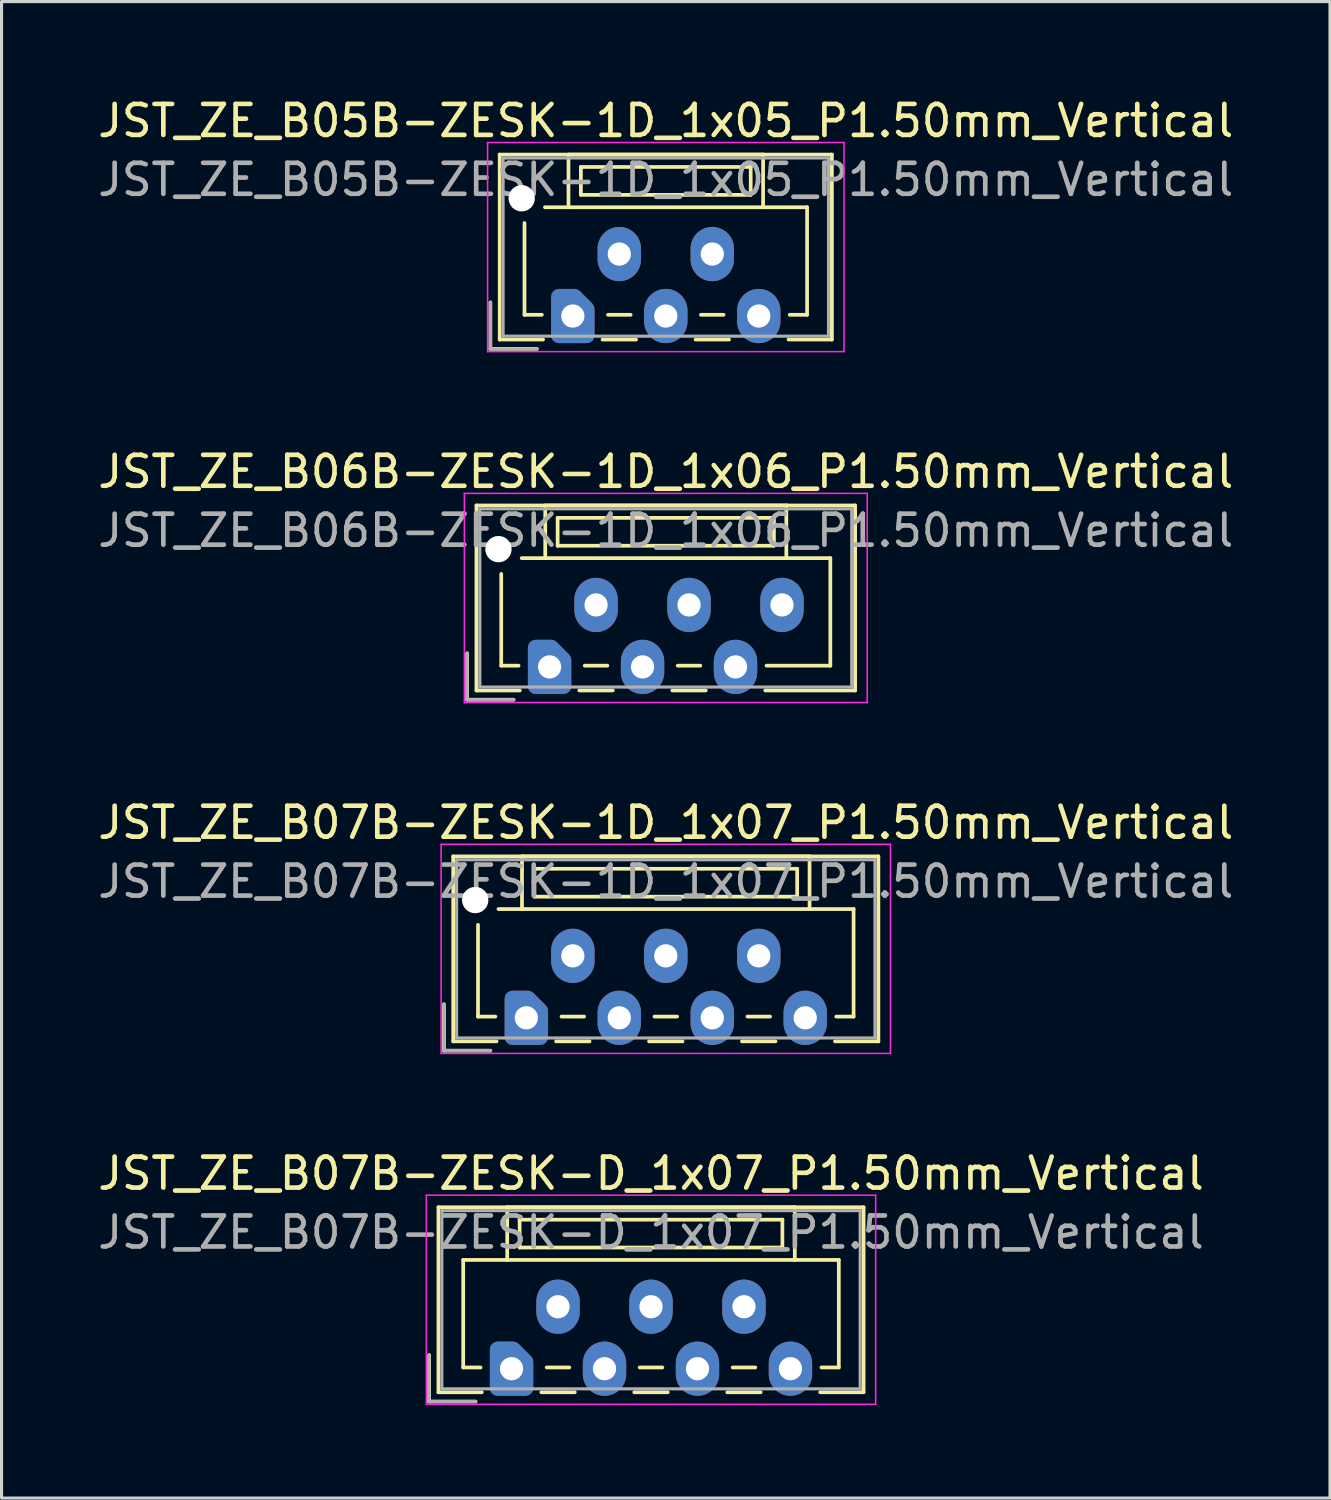
<source format=kicad_pcb>
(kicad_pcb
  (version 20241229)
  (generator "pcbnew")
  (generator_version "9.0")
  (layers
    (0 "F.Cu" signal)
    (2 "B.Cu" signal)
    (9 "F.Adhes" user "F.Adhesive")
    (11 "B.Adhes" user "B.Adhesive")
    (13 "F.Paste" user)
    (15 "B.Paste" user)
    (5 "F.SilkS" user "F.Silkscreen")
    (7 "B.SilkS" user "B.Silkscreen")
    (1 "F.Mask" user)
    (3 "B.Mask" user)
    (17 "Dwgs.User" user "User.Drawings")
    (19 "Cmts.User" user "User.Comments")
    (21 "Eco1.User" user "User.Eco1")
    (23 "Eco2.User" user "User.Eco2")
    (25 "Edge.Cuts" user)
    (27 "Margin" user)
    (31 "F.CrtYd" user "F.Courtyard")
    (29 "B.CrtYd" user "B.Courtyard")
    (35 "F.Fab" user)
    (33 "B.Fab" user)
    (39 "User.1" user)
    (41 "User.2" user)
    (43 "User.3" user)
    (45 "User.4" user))
  (footprint "JST_ZE_B07B-ZESK-1D_1x07_P1.50mm_Vertical"
    (layer "F.Cu")
    (at 13.935 29.795)
    (property "Reference" "JST_ZE_B07B-ZESK-1D_1x07_P1.50mm_Vertical" (at 4.5 -6.3 0) (layer "F.SilkS") (effects (font (size 1 1) (thickness 0.15))))
    (attr through_hole)
    (fp_line (start -2.66 -0.44) (end -2.66 1.06) (stroke (width 0.12) (type solid)) (layer "F.SilkS"))
    (fp_line (start -2.66 1.06) (end -1.16 1.06) (stroke (width 0.12) (type solid)) (layer "F.SilkS"))
    (fp_line (start -2.36 -5.21) (end 11.36 -5.21) (stroke (width 0.12) (type solid)) (layer "F.SilkS"))
    (fp_line (start -2.36 0.76) (end -2.36 -5.21) (stroke (width 0.12) (type solid)) (layer "F.SilkS"))
    (fp_line (start -1.56 -3) (end -1.56 -0.04) (stroke (width 0.12) (type solid)) (layer "F.SilkS"))
    (fp_line (start -1.56 -0.04) (end -1 -0.04) (stroke (width 0.12) (type solid)) (layer "F.SilkS"))
    (fp_line (start -0.96 0.76) (end -2.36 0.76) (stroke (width 0.12) (type solid)) (layer "F.SilkS"))
    (fp_line (start -0.14 -5.21) (end -0.14 -3.51) (stroke (width 0.12) (type solid)) (layer "F.SilkS"))
    (fp_line (start -0.14 -3.51) (end -0.9 -3.51) (stroke (width 0.12) (type solid)) (layer "F.SilkS"))
    (fp_line (start -0.14 -3.51) (end 9.14 -3.51) (stroke (width 0.12) (type solid)) (layer "F.SilkS"))
    (fp_line (start 0.26 -4.81) (end 0.26 -3.91) (stroke (width 0.12) (type solid)) (layer "F.SilkS"))
    (fp_line (start 0.26 -3.91) (end 8.74 -3.91) (stroke (width 0.12) (type solid)) (layer "F.SilkS"))
    (fp_line (start 0.96 0.76) (end 2.04 0.76) (stroke (width 0.12) (type solid)) (layer "F.SilkS"))
    (fp_line (start 1.135 -0.04) (end 1.865 -0.04) (stroke (width 0.12) (type solid)) (layer "F.SilkS"))
    (fp_line (start 3.96 0.76) (end 5.04 0.76) (stroke (width 0.12) (type solid)) (layer "F.SilkS"))
    (fp_line (start 4.135 -0.04) (end 4.865 -0.04) (stroke (width 0.12) (type solid)) (layer "F.SilkS"))
    (fp_line (start 6.96 0.76) (end 8.04 0.76) (stroke (width 0.12) (type solid)) (layer "F.SilkS"))
    (fp_line (start 7.135 -0.04) (end 7.865 -0.04) (stroke (width 0.12) (type solid)) (layer "F.SilkS"))
    (fp_line (start 8.74 -4.81) (end 0.26 -4.81) (stroke (width 0.12) (type solid)) (layer "F.SilkS"))
    (fp_line (start 8.74 -3.91) (end 8.74 -4.81) (stroke (width 0.12) (type solid)) (layer "F.SilkS"))
    (fp_line (start 9.14 -5.21) (end -0.14 -5.21) (stroke (width 0.12) (type solid)) (layer "F.SilkS"))
    (fp_line (start 9.14 -3.51) (end 9.14 -5.21) (stroke (width 0.12) (type solid)) (layer "F.SilkS"))
    (fp_line (start 9.14 -3.51) (end 10.56 -3.51) (stroke (width 0.12) (type solid)) (layer "F.SilkS"))
    (fp_line (start 10.56 -3.51) (end 10.56 -0.04) (stroke (width 0.12) (type solid)) (layer "F.SilkS"))
    (fp_line (start 10.56 -0.04) (end 10 -0.04) (stroke (width 0.12) (type solid)) (layer "F.SilkS"))
    (fp_line (start 11.36 -5.21) (end 11.36 0.76) (stroke (width 0.12) (type solid)) (layer "F.SilkS"))
    (fp_line (start 11.36 0.76) (end 9.96 0.76) (stroke (width 0.12) (type solid)) (layer "F.SilkS"))
    (fp_line (start -2.75 -5.6) (end -2.75 1.15) (stroke (width 0.05) (type solid)) (layer "F.CrtYd"))
    (fp_line (start -2.75 1.15) (end 11.75 1.15) (stroke (width 0.05) (type solid)) (layer "F.CrtYd"))
    (fp_line (start 11.75 -5.6) (end -2.75 -5.6) (stroke (width 0.05) (type solid)) (layer "F.CrtYd"))
    (fp_line (start 11.75 1.15) (end 11.75 -5.6) (stroke (width 0.05) (type solid)) (layer "F.CrtYd"))
    (fp_line (start -2.66 -0.44) (end -2.66 1.06) (stroke (width 0.1) (type solid)) (layer "F.Fab"))
    (fp_line (start -2.66 1.06) (end -1.16 1.06) (stroke (width 0.1) (type solid)) (layer "F.Fab"))
    (fp_line (start -2.25 -5.1) (end -2.25 0.65) (stroke (width 0.1) (type solid)) (layer "F.Fab"))
    (fp_line (start -2.25 0.65) (end 11.25 0.65) (stroke (width 0.1) (type solid)) (layer "F.Fab"))
    (fp_line (start 11.25 -5.1) (end -2.25 -5.1) (stroke (width 0.1) (type solid)) (layer "F.Fab"))
    (fp_line (start 11.25 0.65) (end 11.25 -5.1) (stroke (width 0.1) (type solid)) (layer "F.Fab"))
    (fp_text user "${REFERENCE}" (at 4.5 -4.4 0) (layer "F.Fab") (effects (font (size 1 1) (thickness 0.15))))
    (pad "" np_thru_hole circle (at -1.65 -3.8) (size 0.85 0.85) (drill 0.85) (layers "*.Cu" "*.Mask"))
    (pad "1" thru_hole custom (at 0 0) (size 1.117 1.117) (drill 0.75) (layers "*.Cu" "*.Mask") (options (anchor circle)) (primitives (gr_poly (pts (xy 0.45 -0.225) (xy 0.45 0.625) (xy -0.45 0.625) (xy -0.45 -0.625) (xy 0.05 -0.625)) (width 0.5) (fill yes))))
    (pad "2" thru_hole oval (at 1.5 -2) (size 1.4 1.75) (drill 0.75) (layers "*.Cu" "*.Mask"))
    (pad "3" thru_hole oval (at 3 0) (size 1.4 1.75) (drill 0.75) (layers "*.Cu" "*.Mask"))
    (pad "4" thru_hole oval (at 4.5 -2) (size 1.4 1.75) (drill 0.75) (layers "*.Cu" "*.Mask"))
    (pad "5" thru_hole oval (at 6 0) (size 1.4 1.75) (drill 0.75) (layers "*.Cu" "*.Mask"))
    (pad "6" thru_hole oval (at 7.5 -2) (size 1.4 1.75) (drill 0.75) (layers "*.Cu" "*.Mask"))
    (pad "7" thru_hole oval (at 9 0) (size 1.4 1.75) (drill 0.75) (layers "*.Cu" "*.Mask")))
  (footprint "JST_ZE_B07B-ZESK-D_1x07_P1.50mm_Vertical"
    (layer "F.Cu")
    (at 13.458 41.118)
    (property "Reference" "JST_ZE_B07B-ZESK-D_1x07_P1.50mm_Vertical" (at 4.5 -6.3 0) (layer "F.SilkS") (effects (font (size 1 1) (thickness 0.15))))
    (attr through_hole)
    (fp_line (start -2.66 -0.44) (end -2.66 1.06) (stroke (width 0.12) (type solid)) (layer "F.SilkS"))
    (fp_line (start -2.66 1.06) (end -1.16 1.06) (stroke (width 0.12) (type solid)) (layer "F.SilkS"))
    (fp_line (start -2.36 -5.21) (end 11.36 -5.21) (stroke (width 0.12) (type solid)) (layer "F.SilkS"))
    (fp_line (start -2.36 0.76) (end -2.36 -5.21) (stroke (width 0.12) (type solid)) (layer "F.SilkS"))
    (fp_line (start -1.56 -3.51) (end -1.56 -0.04) (stroke (width 0.12) (type solid)) (layer "F.SilkS"))
    (fp_line (start -1.56 -0.04) (end -1 -0.04) (stroke (width 0.12) (type solid)) (layer "F.SilkS"))
    (fp_line (start -0.96 0.76) (end -2.36 0.76) (stroke (width 0.12) (type solid)) (layer "F.SilkS"))
    (fp_line (start -0.14 -5.21) (end -0.14 -3.51) (stroke (width 0.12) (type solid)) (layer "F.SilkS"))
    (fp_line (start -0.14 -3.51) (end -1.56 -3.51) (stroke (width 0.12) (type solid)) (layer "F.SilkS"))
    (fp_line (start -0.14 -3.51) (end 9.14 -3.51) (stroke (width 0.12) (type solid)) (layer "F.SilkS"))
    (fp_line (start 0.26 -4.81) (end 0.26 -3.91) (stroke (width 0.12) (type solid)) (layer "F.SilkS"))
    (fp_line (start 0.26 -3.91) (end 8.74 -3.91) (stroke (width 0.12) (type solid)) (layer "F.SilkS"))
    (fp_line (start 0.96 0.76) (end 2.04 0.76) (stroke (width 0.12) (type solid)) (layer "F.SilkS"))
    (fp_line (start 1.135 -0.04) (end 1.865 -0.04) (stroke (width 0.12) (type solid)) (layer "F.SilkS"))
    (fp_line (start 3.96 0.76) (end 5.04 0.76) (stroke (width 0.12) (type solid)) (layer "F.SilkS"))
    (fp_line (start 4.135 -0.04) (end 4.865 -0.04) (stroke (width 0.12) (type solid)) (layer "F.SilkS"))
    (fp_line (start 6.96 0.76) (end 8.04 0.76) (stroke (width 0.12) (type solid)) (layer "F.SilkS"))
    (fp_line (start 7.135 -0.04) (end 7.865 -0.04) (stroke (width 0.12) (type solid)) (layer "F.SilkS"))
    (fp_line (start 8.74 -4.81) (end 0.26 -4.81) (stroke (width 0.12) (type solid)) (layer "F.SilkS"))
    (fp_line (start 8.74 -3.91) (end 8.74 -4.81) (stroke (width 0.12) (type solid)) (layer "F.SilkS"))
    (fp_line (start 9.14 -5.21) (end -0.14 -5.21) (stroke (width 0.12) (type solid)) (layer "F.SilkS"))
    (fp_line (start 9.14 -3.51) (end 9.14 -5.21) (stroke (width 0.12) (type solid)) (layer "F.SilkS"))
    (fp_line (start 9.14 -3.51) (end 10.56 -3.51) (stroke (width 0.12) (type solid)) (layer "F.SilkS"))
    (fp_line (start 10.56 -3.51) (end 10.56 -0.04) (stroke (width 0.12) (type solid)) (layer "F.SilkS"))
    (fp_line (start 10.56 -0.04) (end 10 -0.04) (stroke (width 0.12) (type solid)) (layer "F.SilkS"))
    (fp_line (start 11.36 -5.21) (end 11.36 0.76) (stroke (width 0.12) (type solid)) (layer "F.SilkS"))
    (fp_line (start 11.36 0.76) (end 9.96 0.76) (stroke (width 0.12) (type solid)) (layer "F.SilkS"))
    (fp_line (start -2.75 -5.6) (end -2.75 1.15) (stroke (width 0.05) (type solid)) (layer "F.CrtYd"))
    (fp_line (start -2.75 1.15) (end 11.75 1.15) (stroke (width 0.05) (type solid)) (layer "F.CrtYd"))
    (fp_line (start 11.75 -5.6) (end -2.75 -5.6) (stroke (width 0.05) (type solid)) (layer "F.CrtYd"))
    (fp_line (start 11.75 1.15) (end 11.75 -5.6) (stroke (width 0.05) (type solid)) (layer "F.CrtYd"))
    (fp_line (start -2.66 -0.44) (end -2.66 1.06) (stroke (width 0.1) (type solid)) (layer "F.Fab"))
    (fp_line (start -2.66 1.06) (end -1.16 1.06) (stroke (width 0.1) (type solid)) (layer "F.Fab"))
    (fp_line (start -2.25 -5.1) (end -2.25 0.65) (stroke (width 0.1) (type solid)) (layer "F.Fab"))
    (fp_line (start -2.25 0.65) (end 11.25 0.65) (stroke (width 0.1) (type solid)) (layer "F.Fab"))
    (fp_line (start 11.25 -5.1) (end -2.25 -5.1) (stroke (width 0.1) (type solid)) (layer "F.Fab"))
    (fp_line (start 11.25 0.65) (end 11.25 -5.1) (stroke (width 0.1) (type solid)) (layer "F.Fab"))
    (fp_text user "${REFERENCE}" (at 4.5 -4.4 0) (layer "F.Fab") (effects (font (size 1 1) (thickness 0.15))))
    (pad "1" thru_hole custom (at 0 0) (size 1.117 1.117) (drill 0.75) (layers "*.Cu" "*.Mask") (options (anchor circle)) (primitives (gr_poly (pts (xy 0.45 -0.225) (xy 0.45 0.625) (xy -0.45 0.625) (xy -0.45 -0.625) (xy 0.05 -0.625)) (width 0.5) (fill yes))))
    (pad "2" thru_hole oval (at 1.5 -2) (size 1.4 1.75) (drill 0.75) (layers "*.Cu" "*.Mask"))
    (pad "3" thru_hole oval (at 3 0) (size 1.4 1.75) (drill 0.75) (layers "*.Cu" "*.Mask"))
    (pad "4" thru_hole oval (at 4.5 -2) (size 1.4 1.75) (drill 0.75) (layers "*.Cu" "*.Mask"))
    (pad "5" thru_hole oval (at 6 0) (size 1.4 1.75) (drill 0.75) (layers "*.Cu" "*.Mask"))
    (pad "6" thru_hole oval (at 7.5 -2) (size 1.4 1.75) (drill 0.75) (layers "*.Cu" "*.Mask"))
    (pad "7" thru_hole oval (at 9 0) (size 1.4 1.75) (drill 0.75) (layers "*.Cu" "*.Mask")))
  (footprint "JST_ZE_B05B-ZESK-1D_1x05_P1.50mm_Vertical"
    (layer "F.Cu")
    (at 15.435 7.148)
    (property "Reference" "JST_ZE_B05B-ZESK-1D_1x05_P1.50mm_Vertical" (at 3 -6.3 0) (layer "F.SilkS") (effects (font (size 1 1) (thickness 0.15))))
    (attr through_hole)
    (fp_line (start -2.66 -0.44) (end -2.66 1.06) (stroke (width 0.12) (type solid)) (layer "F.SilkS"))
    (fp_line (start -2.66 1.06) (end -1.16 1.06) (stroke (width 0.12) (type solid)) (layer "F.SilkS"))
    (fp_line (start -2.36 -5.21) (end 8.36 -5.21) (stroke (width 0.12) (type solid)) (layer "F.SilkS"))
    (fp_line (start -2.36 0.76) (end -2.36 -5.21) (stroke (width 0.12) (type solid)) (layer "F.SilkS"))
    (fp_line (start -1.56 -3) (end -1.56 -0.04) (stroke (width 0.12) (type solid)) (layer "F.SilkS"))
    (fp_line (start -1.56 -0.04) (end -1 -0.04) (stroke (width 0.12) (type solid)) (layer "F.SilkS"))
    (fp_line (start -0.96 0.76) (end -2.36 0.76) (stroke (width 0.12) (type solid)) (layer "F.SilkS"))
    (fp_line (start -0.14 -5.21) (end -0.14 -3.51) (stroke (width 0.12) (type solid)) (layer "F.SilkS"))
    (fp_line (start -0.14 -3.51) (end -0.9 -3.51) (stroke (width 0.12) (type solid)) (layer "F.SilkS"))
    (fp_line (start -0.14 -3.51) (end 6.14 -3.51) (stroke (width 0.12) (type solid)) (layer "F.SilkS"))
    (fp_line (start 0.26 -4.81) (end 0.26 -3.91) (stroke (width 0.12) (type solid)) (layer "F.SilkS"))
    (fp_line (start 0.26 -3.91) (end 5.74 -3.91) (stroke (width 0.12) (type solid)) (layer "F.SilkS"))
    (fp_line (start 0.96 0.76) (end 2.04 0.76) (stroke (width 0.12) (type solid)) (layer "F.SilkS"))
    (fp_line (start 1.135 -0.04) (end 1.865 -0.04) (stroke (width 0.12) (type solid)) (layer "F.SilkS"))
    (fp_line (start 3.96 0.76) (end 5.04 0.76) (stroke (width 0.12) (type solid)) (layer "F.SilkS"))
    (fp_line (start 4.135 -0.04) (end 4.865 -0.04) (stroke (width 0.12) (type solid)) (layer "F.SilkS"))
    (fp_line (start 5.74 -4.81) (end 0.26 -4.81) (stroke (width 0.12) (type solid)) (layer "F.SilkS"))
    (fp_line (start 5.74 -3.91) (end 5.74 -4.81) (stroke (width 0.12) (type solid)) (layer "F.SilkS"))
    (fp_line (start 6.14 -5.21) (end -0.14 -5.21) (stroke (width 0.12) (type solid)) (layer "F.SilkS"))
    (fp_line (start 6.14 -3.51) (end 6.14 -5.21) (stroke (width 0.12) (type solid)) (layer "F.SilkS"))
    (fp_line (start 6.14 -3.51) (end 7.56 -3.51) (stroke (width 0.12) (type solid)) (layer "F.SilkS"))
    (fp_line (start 7.56 -3.51) (end 7.56 -0.04) (stroke (width 0.12) (type solid)) (layer "F.SilkS"))
    (fp_line (start 7.56 -0.04) (end 7 -0.04) (stroke (width 0.12) (type solid)) (layer "F.SilkS"))
    (fp_line (start 8.36 -5.21) (end 8.36 0.76) (stroke (width 0.12) (type solid)) (layer "F.SilkS"))
    (fp_line (start 8.36 0.76) (end 6.96 0.76) (stroke (width 0.12) (type solid)) (layer "F.SilkS"))
    (fp_line (start -2.75 -5.6) (end -2.75 1.15) (stroke (width 0.05) (type solid)) (layer "F.CrtYd"))
    (fp_line (start -2.75 1.15) (end 8.75 1.15) (stroke (width 0.05) (type solid)) (layer "F.CrtYd"))
    (fp_line (start 8.75 -5.6) (end -2.75 -5.6) (stroke (width 0.05) (type solid)) (layer "F.CrtYd"))
    (fp_line (start 8.75 1.15) (end 8.75 -5.6) (stroke (width 0.05) (type solid)) (layer "F.CrtYd"))
    (fp_line (start -2.66 -0.44) (end -2.66 1.06) (stroke (width 0.1) (type solid)) (layer "F.Fab"))
    (fp_line (start -2.66 1.06) (end -1.16 1.06) (stroke (width 0.1) (type solid)) (layer "F.Fab"))
    (fp_line (start -2.25 -5.1) (end -2.25 0.65) (stroke (width 0.1) (type solid)) (layer "F.Fab"))
    (fp_line (start -2.25 0.65) (end 8.25 0.65) (stroke (width 0.1) (type solid)) (layer "F.Fab"))
    (fp_line (start 8.25 -5.1) (end -2.25 -5.1) (stroke (width 0.1) (type solid)) (layer "F.Fab"))
    (fp_line (start 8.25 0.65) (end 8.25 -5.1) (stroke (width 0.1) (type solid)) (layer "F.Fab"))
    (fp_text user "${REFERENCE}" (at 3 -4.4 0) (layer "F.Fab") (effects (font (size 1 1) (thickness 0.15))))
    (pad "" np_thru_hole circle (at -1.65 -3.8) (size 0.85 0.85) (drill 0.85) (layers "*.Cu" "*.Mask"))
    (pad "1" thru_hole custom (at 0 0) (size 1.117 1.117) (drill 0.75) (layers "*.Cu" "*.Mask") (options (anchor circle)) (primitives (gr_poly (pts (xy 0.45 -0.225) (xy 0.45 0.625) (xy -0.45 0.625) (xy -0.45 -0.625) (xy 0.05 -0.625)) (width 0.5) (fill yes))))
    (pad "2" thru_hole oval (at 1.5 -2) (size 1.4 1.75) (drill 0.75) (layers "*.Cu" "*.Mask"))
    (pad "3" thru_hole oval (at 3 0) (size 1.4 1.75) (drill 0.75) (layers "*.Cu" "*.Mask"))
    (pad "4" thru_hole oval (at 4.5 -2) (size 1.4 1.75) (drill 0.75) (layers "*.Cu" "*.Mask"))
    (pad "5" thru_hole oval (at 6 0) (size 1.4 1.75) (drill 0.75) (layers "*.Cu" "*.Mask")))
  (footprint "JST_ZE_B06B-ZESK-1D_1x06_P1.50mm_Vertical"
    (layer "F.Cu")
    (at 14.685 18.471)
    (property "Reference" "JST_ZE_B06B-ZESK-1D_1x06_P1.50mm_Vertical" (at 3.75 -6.3 0) (layer "F.SilkS") (effects (font (size 1 1) (thickness 0.15))))
    (attr through_hole)
    (fp_line (start -2.66 -0.44) (end -2.66 1.06) (stroke (width 0.12) (type solid)) (layer "F.SilkS"))
    (fp_line (start -2.66 1.06) (end -1.16 1.06) (stroke (width 0.12) (type solid)) (layer "F.SilkS"))
    (fp_line (start -2.36 -5.21) (end 9.86 -5.21) (stroke (width 0.12) (type solid)) (layer "F.SilkS"))
    (fp_line (start -2.36 0.76) (end -2.36 -5.21) (stroke (width 0.12) (type solid)) (layer "F.SilkS"))
    (fp_line (start -1.56 -3) (end -1.56 -0.04) (stroke (width 0.12) (type solid)) (layer "F.SilkS"))
    (fp_line (start -1.56 -0.04) (end -1 -0.04) (stroke (width 0.12) (type solid)) (layer "F.SilkS"))
    (fp_line (start -0.96 0.76) (end -2.36 0.76) (stroke (width 0.12) (type solid)) (layer "F.SilkS"))
    (fp_line (start -0.14 -5.21) (end -0.14 -3.51) (stroke (width 0.12) (type solid)) (layer "F.SilkS"))
    (fp_line (start -0.14 -3.51) (end -0.9 -3.51) (stroke (width 0.12) (type solid)) (layer "F.SilkS"))
    (fp_line (start -0.14 -3.51) (end 7.64 -3.51) (stroke (width 0.12) (type solid)) (layer "F.SilkS"))
    (fp_line (start 0.26 -4.81) (end 0.26 -3.91) (stroke (width 0.12) (type solid)) (layer "F.SilkS"))
    (fp_line (start 0.26 -3.91) (end 7.24 -3.91) (stroke (width 0.12) (type solid)) (layer "F.SilkS"))
    (fp_line (start 0.96 0.76) (end 2.04 0.76) (stroke (width 0.12) (type solid)) (layer "F.SilkS"))
    (fp_line (start 1.135 -0.04) (end 1.865 -0.04) (stroke (width 0.12) (type solid)) (layer "F.SilkS"))
    (fp_line (start 3.96 0.76) (end 5.04 0.76) (stroke (width 0.12) (type solid)) (layer "F.SilkS"))
    (fp_line (start 4.135 -0.04) (end 4.865 -0.04) (stroke (width 0.12) (type solid)) (layer "F.SilkS"))
    (fp_line (start 7.24 -4.81) (end 0.26 -4.81) (stroke (width 0.12) (type solid)) (layer "F.SilkS"))
    (fp_line (start 7.24 -3.91) (end 7.24 -4.81) (stroke (width 0.12) (type solid)) (layer "F.SilkS"))
    (fp_line (start 7.64 -5.21) (end -0.14 -5.21) (stroke (width 0.12) (type solid)) (layer "F.SilkS"))
    (fp_line (start 7.64 -3.51) (end 7.64 -5.21) (stroke (width 0.12) (type solid)) (layer "F.SilkS"))
    (fp_line (start 7.64 -3.51) (end 9.06 -3.51) (stroke (width 0.12) (type solid)) (layer "F.SilkS"))
    (fp_line (start 9.06 -3.51) (end 9.06 -0.04) (stroke (width 0.12) (type solid)) (layer "F.SilkS"))
    (fp_line (start 9.06 -0.04) (end 7 -0.04) (stroke (width 0.12) (type solid)) (layer "F.SilkS"))
    (fp_line (start 9.86 -5.21) (end 9.86 0.76) (stroke (width 0.12) (type solid)) (layer "F.SilkS"))
    (fp_line (start 9.86 0.76) (end 6.96 0.76) (stroke (width 0.12) (type solid)) (layer "F.SilkS"))
    (fp_line (start -2.75 -5.6) (end -2.75 1.15) (stroke (width 0.05) (type solid)) (layer "F.CrtYd"))
    (fp_line (start -2.75 1.15) (end 10.25 1.15) (stroke (width 0.05) (type solid)) (layer "F.CrtYd"))
    (fp_line (start 10.25 -5.6) (end -2.75 -5.6) (stroke (width 0.05) (type solid)) (layer "F.CrtYd"))
    (fp_line (start 10.25 1.15) (end 10.25 -5.6) (stroke (width 0.05) (type solid)) (layer "F.CrtYd"))
    (fp_line (start -2.66 -0.44) (end -2.66 1.06) (stroke (width 0.1) (type solid)) (layer "F.Fab"))
    (fp_line (start -2.66 1.06) (end -1.16 1.06) (stroke (width 0.1) (type solid)) (layer "F.Fab"))
    (fp_line (start -2.25 -5.1) (end -2.25 0.65) (stroke (width 0.1) (type solid)) (layer "F.Fab"))
    (fp_line (start -2.25 0.65) (end 9.75 0.65) (stroke (width 0.1) (type solid)) (layer "F.Fab"))
    (fp_line (start 9.75 -5.1) (end -2.25 -5.1) (stroke (width 0.1) (type solid)) (layer "F.Fab"))
    (fp_line (start 9.75 0.65) (end 9.75 -5.1) (stroke (width 0.1) (type solid)) (layer "F.Fab"))
    (fp_text user "${REFERENCE}" (at 3.75 -4.4 0) (layer "F.Fab") (effects (font (size 1 1) (thickness 0.15))))
    (pad "" np_thru_hole circle (at -1.65 -3.8) (size 0.85 0.85) (drill 0.85) (layers "*.Cu" "*.Mask"))
    (pad "1" thru_hole custom (at 0 0) (size 1.117 1.117) (drill 0.75) (layers "*.Cu" "*.Mask") (options (anchor circle)) (primitives (gr_poly (pts (xy 0.45 -0.225) (xy 0.45 0.625) (xy -0.45 0.625) (xy -0.45 -0.625) (xy 0.05 -0.625)) (width 0.5) (fill yes))))
    (pad "2" thru_hole oval (at 1.5 -2) (size 1.4 1.75) (drill 0.75) (layers "*.Cu" "*.Mask"))
    (pad "3" thru_hole oval (at 3 0) (size 1.4 1.75) (drill 0.75) (layers "*.Cu" "*.Mask"))
    (pad "4" thru_hole oval (at 4.5 -2) (size 1.4 1.75) (drill 0.75) (layers "*.Cu" "*.Mask"))
    (pad "5" thru_hole oval (at 6 0) (size 1.4 1.75) (drill 0.75) (layers "*.Cu" "*.Mask"))
    (pad "6" thru_hole oval (at 7.5 -2) (size 1.4 1.75) (drill 0.75) (layers "*.Cu" "*.Mask")))
  (gr_rect
    (start -3 -3)
    (end 39.869 45.293)
    (stroke (width 0.1) (type default))
    (fill no)
    (layer "Edge.Cuts")))
</source>
